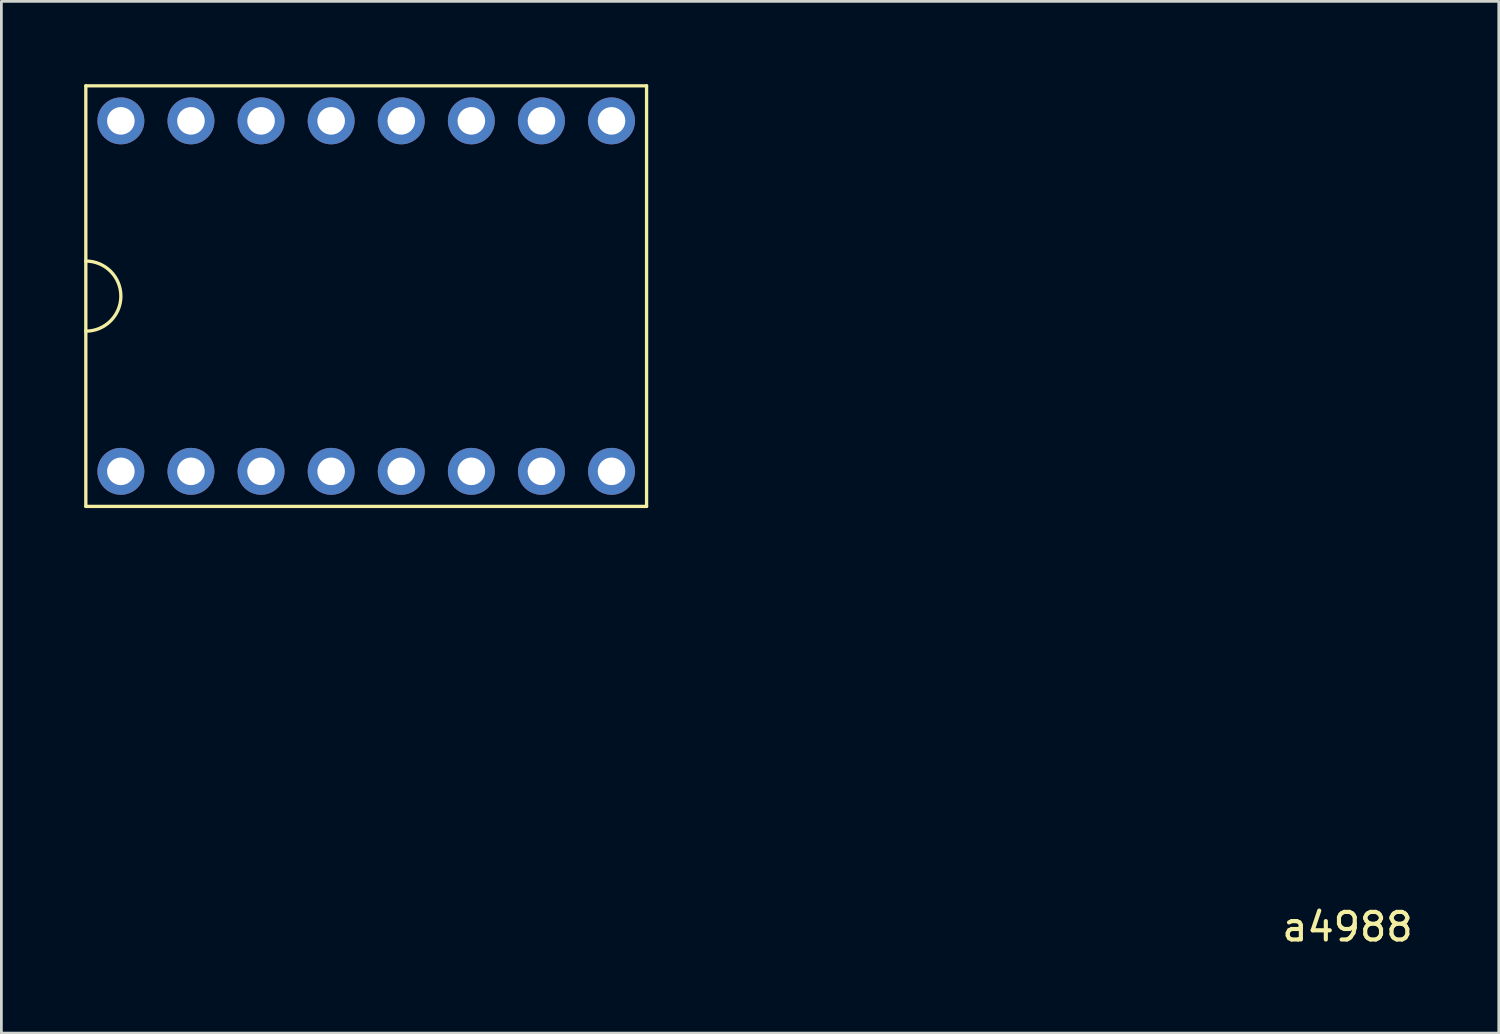
<source format=kicad_pcb>
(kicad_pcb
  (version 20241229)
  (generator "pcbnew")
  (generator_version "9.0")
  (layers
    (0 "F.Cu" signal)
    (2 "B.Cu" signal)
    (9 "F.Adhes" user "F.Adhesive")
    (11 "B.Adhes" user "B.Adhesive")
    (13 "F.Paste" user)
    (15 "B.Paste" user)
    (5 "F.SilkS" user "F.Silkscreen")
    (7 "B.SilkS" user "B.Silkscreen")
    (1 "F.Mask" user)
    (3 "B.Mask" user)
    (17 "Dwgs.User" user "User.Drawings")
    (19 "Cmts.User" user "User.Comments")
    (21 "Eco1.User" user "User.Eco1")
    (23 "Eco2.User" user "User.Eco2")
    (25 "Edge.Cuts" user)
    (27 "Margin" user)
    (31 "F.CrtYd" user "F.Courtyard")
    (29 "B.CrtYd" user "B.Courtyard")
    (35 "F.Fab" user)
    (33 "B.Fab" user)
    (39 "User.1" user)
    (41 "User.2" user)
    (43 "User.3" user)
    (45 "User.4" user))
  (footprint "a4988"
    (layer "F.Cu")
    (at 10.22 7.68)
    (property "Reference" "a4988" (at 35.56 22.86 0) (layer "F.SilkS") (effects (font (size 1 1) (thickness 0.15))))
    (attr through_hole)
    (fp_line (start -10.16 -7.62) (end -10.16 7.62) (stroke (width 0.12) (type solid)) (layer "F.SilkS"))
    (fp_line (start -10.16 7.62) (end 10.16 7.62) (stroke (width 0.12) (type solid)) (layer "F.SilkS"))
    (fp_line (start 10.16 -7.62) (end -10.16 -7.62) (stroke (width 0.12) (type solid)) (layer "F.SilkS"))
    (fp_line (start 10.16 7.62) (end 10.16 -7.62) (stroke (width 0.12) (type solid)) (layer "F.SilkS"))
    (fp_arc (start -10.16 -1.27) (mid -8.89 0) (end -10.16 1.27) (stroke (width 0.12) (type solid)) (layer "F.SilkS"))
    (pad "1" thru_hole circle (at -8.89 -6.35 90) (size 1.7 1.7) (drill 1) (layers "*.Cu" "*.Mask"))
    (pad "2" thru_hole circle (at -6.35 -6.35 90) (size 1.7 1.7) (drill 1) (layers "*.Cu" "*.Mask"))
    (pad "3" thru_hole circle (at -3.81 -6.35 90) (size 1.7 1.7) (drill 1) (layers "*.Cu" "*.Mask"))
    (pad "4" thru_hole circle (at -1.27 -6.35 90) (size 1.7 1.7) (drill 1) (layers "*.Cu" "*.Mask"))
    (pad "5" thru_hole circle (at 1.27 -6.35 90) (size 1.7 1.7) (drill 1) (layers "*.Cu" "*.Mask"))
    (pad "6" thru_hole circle (at 3.81 -6.35 90) (size 1.7 1.7) (drill 1) (layers "*.Cu" "*.Mask"))
    (pad "7" thru_hole circle (at 6.35 -6.35 90) (size 1.7 1.7) (drill 1) (layers "*.Cu" "*.Mask"))
    (pad "8" thru_hole circle (at 8.89 -6.35 90) (size 1.7 1.7) (drill 1) (layers "*.Cu" "*.Mask"))
    (pad "9" thru_hole circle (at 8.89 6.35 90) (size 1.7 1.7) (drill 1) (layers "*.Cu" "*.Mask"))
    (pad "10" thru_hole circle (at 6.35 6.35 90) (size 1.7 1.7) (drill 1) (layers "*.Cu" "*.Mask"))
    (pad "11" thru_hole circle (at 3.81 6.35 90) (size 1.7 1.7) (drill 1) (layers "*.Cu" "*.Mask"))
    (pad "12" thru_hole circle (at 1.27 6.35 90) (size 1.7 1.7) (drill 1) (layers "*.Cu" "*.Mask"))
    (pad "13" thru_hole circle (at -1.27 6.35 90) (size 1.7 1.7) (drill 1) (layers "*.Cu" "*.Mask"))
    (pad "14" thru_hole circle (at -3.81 6.35 90) (size 1.7 1.7) (drill 1) (layers "*.Cu" "*.Mask"))
    (pad "15" thru_hole circle (at -6.35 6.35 90) (size 1.7 1.7) (drill 1) (layers "*.Cu" "*.Mask"))
    (pad "16" thru_hole circle (at -8.89 6.35 90) (size 1.7 1.7) (drill 1) (layers "*.Cu" "*.Mask")))
  (gr_rect
    (start -3 -3)
    (end 51.262 34.388)
    (stroke (width 0.1) (type default))
    (fill no)
    (layer "Edge.Cuts")))
</source>
